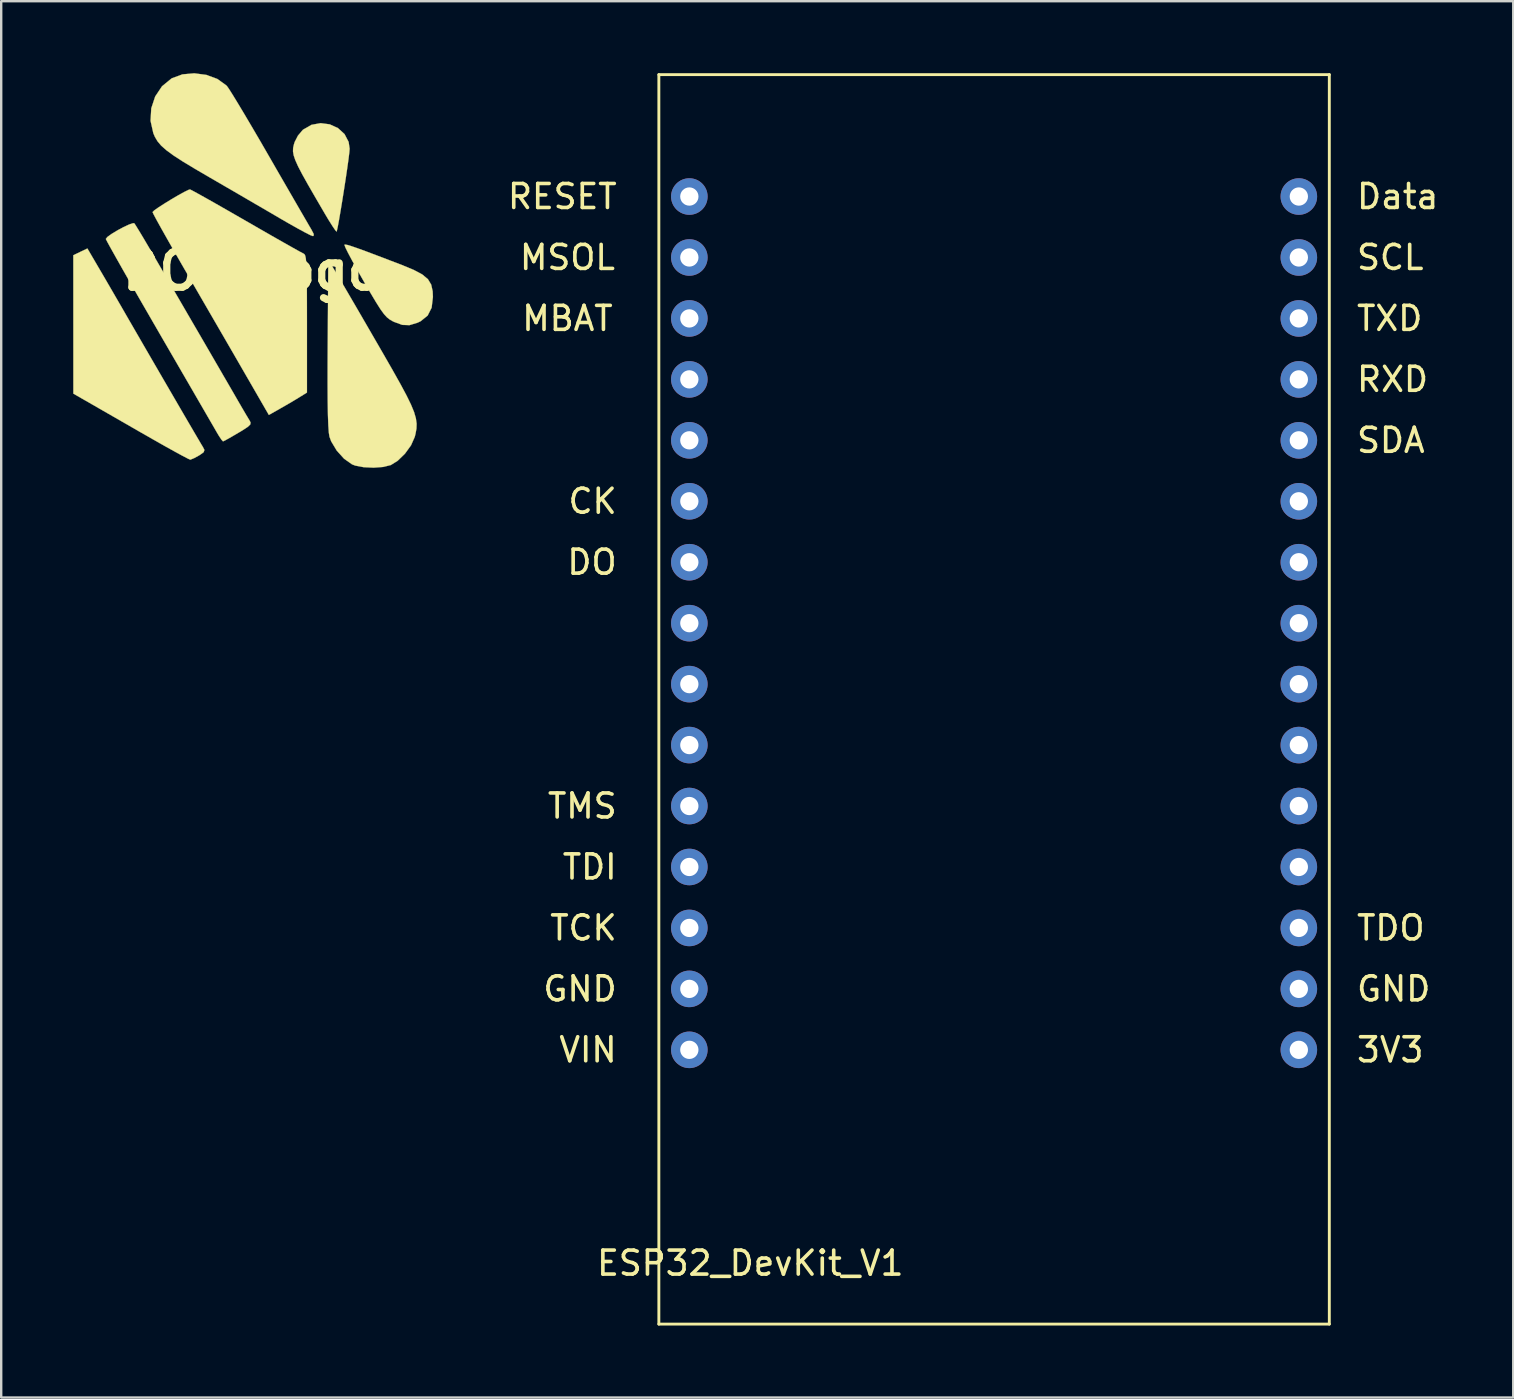
<source format=kicad_pcb>
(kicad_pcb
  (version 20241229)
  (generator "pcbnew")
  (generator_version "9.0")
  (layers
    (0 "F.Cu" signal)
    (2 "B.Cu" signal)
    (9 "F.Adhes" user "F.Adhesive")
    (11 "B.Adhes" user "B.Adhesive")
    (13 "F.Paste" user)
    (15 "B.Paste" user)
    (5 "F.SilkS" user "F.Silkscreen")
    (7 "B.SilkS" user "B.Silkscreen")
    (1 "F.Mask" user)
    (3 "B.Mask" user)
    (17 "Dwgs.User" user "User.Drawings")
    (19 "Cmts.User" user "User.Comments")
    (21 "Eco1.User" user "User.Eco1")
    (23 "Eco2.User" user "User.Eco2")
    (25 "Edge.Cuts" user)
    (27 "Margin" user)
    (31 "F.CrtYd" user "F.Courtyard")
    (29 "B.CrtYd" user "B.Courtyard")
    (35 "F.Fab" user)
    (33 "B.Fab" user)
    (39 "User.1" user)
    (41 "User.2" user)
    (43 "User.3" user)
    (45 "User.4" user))
  (footprint "BOB_logo"
    (layer "F.Cu")
    (at 7.456 8.231)
    (property "Reference" "BOB_logo" (at 0 0 0) (layer "F.SilkS") (effects (font (size 1.524 1.524) (thickness 0.3))))
    (attr through_hole)
    (fp_poly (pts (xy 3.236 -6.099) (xy 3.579 -5.942) (xy 3.852 -5.693) (xy 4.023 -5.366) (xy 4.064 -5.083) (xy 4.051 -4.927) (xy 4.017 -4.648) (xy 3.965 -4.275) (xy 3.901 -3.84) (xy 3.829 -3.374) (xy 3.755 -2.908) (xy 3.683 -2.472) (xy 3.619 -2.097) (xy 3.566 -1.814) (xy 3.53 -1.653) (xy 3.52 -1.63) (xy 3.468 -1.684) (xy 3.349 -1.858) (xy 3.184 -2.121) (xy 3.026 -2.386) (xy 2.639 -3.05) (xy 2.33 -3.585) (xy 2.092 -4.011) (xy 1.918 -4.345) (xy 1.801 -4.605) (xy 1.732 -4.808) (xy 1.704 -4.974) (xy 1.71 -5.118) (xy 1.742 -5.261) (xy 1.775 -5.366) (xy 1.911 -5.63) (xy 2.11 -5.865) (xy 2.125 -5.878) (xy 2.476 -6.08) (xy 2.857 -6.149) (xy 3.236 -6.099)) (stroke (width 0.01) (type solid)) (fill yes) (layer "F.SilkS"))
    (fp_poly (pts (xy 3.98 -1.071) (xy 4.142 -1.022) (xy 4.388 -0.937) (xy 4.735 -0.811) (xy 5.198 -0.636) (xy 5.794 -0.409) (xy 6.241 -0.238) (xy 6.738 -0.032) (xy 7.092 0.157) (xy 7.327 0.353) (xy 7.463 0.579) (xy 7.525 0.858) (xy 7.535 1.096) (xy 7.482 1.541) (xy 7.315 1.871) (xy 7.021 2.107) (xy 6.889 2.169) (xy 6.558 2.269) (xy 6.256 2.258) (xy 5.913 2.132) (xy 5.868 2.11) (xy 5.739 2.037) (xy 5.62 1.943) (xy 5.495 1.806) (xy 5.349 1.605) (xy 5.167 1.318) (xy 4.932 0.924) (xy 4.657 0.449) (xy 4.4 -0.002) (xy 4.179 -0.403) (xy 4.005 -0.73) (xy 3.89 -0.962) (xy 3.847 -1.076) (xy 3.848 -1.082) (xy 3.887 -1.089) (xy 3.98 -1.071)) (stroke (width 0.01) (type solid)) (fill yes) (layer "F.SilkS"))
    (fp_poly (pts (xy 3.651 0.342) (xy 3.816 0.622) (xy 4.05 1.023) (xy 4.338 1.517) (xy 4.663 2.077) (xy 5.011 2.678) (xy 5.366 3.292) (xy 5.453 3.442) (xy 5.858 4.148) (xy 6.183 4.728) (xy 6.436 5.2) (xy 6.622 5.581) (xy 6.75 5.892) (xy 6.825 6.15) (xy 6.856 6.374) (xy 6.849 6.582) (xy 6.811 6.794) (xy 6.778 6.926) (xy 6.624 7.275) (xy 6.37 7.626) (xy 6.065 7.922) (xy 5.781 8.099) (xy 5.465 8.178) (xy 5.066 8.208) (xy 4.654 8.189) (xy 4.3 8.122) (xy 4.166 8.071) (xy 3.833 7.836) (xy 3.526 7.496) (xy 3.296 7.113) (xy 3.224 6.918) (xy 3.197 6.747) (xy 3.176 6.45) (xy 3.16 6.02) (xy 3.15 5.448) (xy 3.146 4.729) (xy 3.147 3.853) (xy 3.151 3.051) (xy 3.175 -0.459) (xy 3.651 0.342)) (stroke (width 0.01) (type solid)) (fill yes) (layer "F.SilkS"))
    (fp_poly (pts (xy -6.407 -0.145) (xy -6.151 0.292) (xy -5.86 0.792) (xy -5.583 1.271) (xy -5.485 1.439) (xy -5.155 2.012) (xy -4.798 2.629) (xy -4.426 3.272) (xy -4.048 3.924) (xy -3.675 4.567) (xy -3.316 5.184) (xy -2.983 5.757) (xy -2.685 6.268) (xy -2.432 6.701) (xy -2.235 7.036) (xy -2.105 7.257) (xy -2.053 7.341) (xy -1.987 7.47) (xy -2.018 7.563) (xy -2.169 7.673) (xy -2.215 7.701) (xy -2.417 7.812) (xy -2.563 7.871) (xy -2.582 7.873) (xy -2.675 7.832) (xy -2.895 7.717) (xy -3.222 7.539) (xy -3.636 7.309) (xy -4.118 7.036) (xy -4.648 6.733) (xy -4.699 6.704) (xy -5.251 6.386) (xy -5.773 6.086) (xy -6.241 5.817) (xy -6.632 5.592) (xy -6.924 5.424) (xy -7.09 5.329) (xy -7.449 5.122) (xy -7.45 2.238) (xy -7.451 -0.646) (xy -7.158 -0.786) (xy -6.864 -0.926) (xy -6.407 -0.145)) (stroke (width 0.01) (type solid)) (fill yes) (layer "F.SilkS"))
    (fp_poly (pts (xy -1.907 -8.16) (xy -1.448 -7.991) (xy -1.078 -7.725) (xy -1.046 -7.692) (xy -0.964 -7.575) (xy -0.808 -7.328) (xy -0.589 -6.97) (xy -0.318 -6.518) (xy -0.006 -5.989) (xy 0.338 -5.402) (xy 0.701 -4.773) (xy 0.72 -4.741) (xy 1.084 -4.108) (xy 1.429 -3.512) (xy 1.742 -2.97) (xy 2.013 -2.501) (xy 2.232 -2.124) (xy 2.387 -1.856) (xy 2.47 -1.717) (xy 2.471 -1.714) (xy 2.568 -1.528) (xy 2.56 -1.449) (xy 2.526 -1.444) (xy 2.419 -1.486) (xy 2.192 -1.602) (xy 1.873 -1.776) (xy 1.487 -1.994) (xy 1.143 -2.193) (xy 0.66 -2.476) (xy 0.079 -2.814) (xy -0.551 -3.181) (xy -1.183 -3.548) (xy -1.768 -3.887) (xy -1.778 -3.893) (xy -2.408 -4.261) (xy -2.907 -4.563) (xy -3.291 -4.813) (xy -3.58 -5.026) (xy -3.791 -5.214) (xy -3.942 -5.393) (xy -4.05 -5.575) (xy -4.116 -5.728) (xy -4.232 -6.246) (xy -4.202 -6.769) (xy -4.039 -7.26) (xy -3.755 -7.685) (xy -3.361 -8.009) (xy -3.341 -8.02) (xy -2.903 -8.182) (xy -2.409 -8.226) (xy -1.907 -8.16)) (stroke (width 0.01) (type solid)) (fill yes) (layer "F.SilkS"))
    (fp_poly (pts (xy -2.504 -3.346) (xy -2.291 -3.23) (xy -1.968 -3.05) (xy -1.553 -2.816) (xy -1.064 -2.537) (xy -0.521 -2.225) (xy -0.265 -2.078) (xy 0.302 -1.751) (xy 0.827 -1.45) (xy 1.29 -1.187) (xy 1.672 -0.971) (xy 1.953 -0.814) (xy 2.115 -0.727) (xy 2.143 -0.714) (xy 2.182 -0.687) (xy 2.213 -0.628) (xy 2.237 -0.52) (xy 2.255 -0.346) (xy 2.269 -0.09) (xy 2.277 0.267) (xy 2.283 0.739) (xy 2.285 1.346) (xy 2.286 2.102) (xy 2.286 2.209) (xy 2.286 5.078) (xy 1.968 5.275) (xy 1.716 5.428) (xy 1.398 5.614) (xy 1.174 5.742) (xy 0.698 6.012) (xy -0.145 4.551) (xy -0.394 4.121) (xy -0.71 3.573) (xy -1.077 2.939) (xy -1.477 2.249) (xy -1.893 1.531) (xy -2.307 0.816) (xy -2.568 0.366) (xy -2.926 -0.253) (xy -3.256 -0.827) (xy -3.547 -1.34) (xy -3.792 -1.774) (xy -3.98 -2.114) (xy -4.102 -2.342) (xy -4.148 -2.441) (xy -4.149 -2.443) (xy -4.081 -2.511) (xy -3.902 -2.638) (xy -3.649 -2.801) (xy -3.359 -2.979) (xy -3.07 -3.148) (xy -2.819 -3.286) (xy -2.643 -3.371) (xy -2.589 -3.387) (xy -2.504 -3.346)) (stroke (width 0.01) (type solid)) (fill yes) (layer "F.SilkS"))
    (fp_poly (pts (xy -4.909 -1.976) (xy -4.846 -1.882) (xy -4.714 -1.667) (xy -4.528 -1.358) (xy -4.305 -0.979) (xy -4.129 -0.677) (xy -3.888 -0.263) (xy -3.583 0.263) (xy -3.234 0.864) (xy -2.861 1.506) (xy -2.486 2.152) (xy -2.186 2.667) (xy -1.849 3.247) (xy -1.521 3.813) (xy -1.216 4.339) (xy -0.949 4.799) (xy -0.737 5.165) (xy -0.595 5.412) (xy -0.591 5.419) (xy -0.409 5.732) (xy -0.247 6.008) (xy -0.132 6.199) (xy -0.11 6.233) (xy -0.063 6.327) (xy -0.076 6.409) (xy -0.174 6.504) (xy -0.38 6.64) (xy -0.584 6.762) (xy -0.862 6.925) (xy -1.08 7.047) (xy -1.202 7.109) (xy -1.213 7.112) (xy -1.275 7.045) (xy -1.388 6.875) (xy -1.461 6.752) (xy -1.543 6.61) (xy -1.701 6.337) (xy -1.927 5.947) (xy -2.21 5.458) (xy -2.543 4.883) (xy -2.917 4.238) (xy -3.322 3.539) (xy -3.75 2.801) (xy -3.882 2.573) (xy -4.307 1.837) (xy -4.706 1.146) (xy -5.07 0.512) (xy -5.391 -0.051) (xy -5.661 -0.529) (xy -5.873 -0.907) (xy -6.019 -1.171) (xy -6.09 -1.309) (xy -6.096 -1.325) (xy -6.028 -1.409) (xy -5.852 -1.536) (xy -5.613 -1.68) (xy -5.355 -1.819) (xy -5.122 -1.927) (xy -4.958 -1.981) (xy -4.909 -1.976)) (stroke (width 0.01) (type solid)) (fill yes) (layer "F.SilkS")))
  (footprint "ESP32_DevKit_V1"
    (layer "F.Cu")
    (at 25.677 5.14)
    (property "Reference" "ESP32_DevKit_V1" (at 2.54 44.45 0) (layer "F.SilkS") (effects (font (size 1 1) (thickness 0.15))))
    (attr through_hole)
    (fp_line (start -1.27 -5.08) (end -1.27 46.99) (stroke (width 0.12) (type solid)) (layer "F.SilkS"))
    (fp_line (start -1.27 46.99) (end 26.67 46.99) (stroke (width 0.12) (type solid)) (layer "F.SilkS"))
    (fp_line (start 26.67 -5.08) (end -1.27 -5.08) (stroke (width 0.12) (type solid)) (layer "F.SilkS"))
    (fp_line (start 26.67 46.99) (end 26.67 -5.08) (stroke (width 0.12) (type solid)) (layer "F.SilkS"))
    (fp_text user "RESET" (at -5.294 0 0) (layer "F.SilkS") (effects (font (size 1 1) (thickness 0.15))))
    (fp_text user "SCL" (at 29.21 2.54 0) (layer "F.SilkS") (effects (font (size 1 1) (thickness 0.15))))
    (fp_text user "TDI" (at -4.151 27.94 0) (layer "F.SilkS") (effects (font (size 1 1) (thickness 0.15))))
    (fp_text user "TMS" (at -4.461 25.4 0) (layer "F.SilkS") (effects (font (size 1 1) (thickness 0.15))))
    (fp_text user "TXD" (at 29.186 5.08 0) (layer "F.SilkS") (effects (font (size 1 1) (thickness 0.15))))
    (fp_text user "SDA" (at 29.234 10.16 0) (layer "F.SilkS") (effects (font (size 1 1) (thickness 0.15))))
    (fp_text user "TDO" (at 29.234 30.48 0) (layer "F.SilkS") (effects (font (size 1 1) (thickness 0.15))))
    (fp_text user "3V3" (at 29.21 35.56 0) (layer "F.SilkS") (effects (font (size 1 1) (thickness 0.15))))
    (fp_text user "DO" (at -4.056 15.24 0) (layer "F.SilkS") (effects (font (size 1 1) (thickness 0.15))))
    (fp_text user "GND" (at 29.353 33.02 0) (layer "F.SilkS") (effects (font (size 1 1) (thickness 0.15))))
    (fp_text user "RXD" (at 29.305 7.62 0) (layer "F.SilkS") (effects (font (size 1 1) (thickness 0.15))))
    (fp_text user "TCK" (at -4.413 30.48 0) (layer "F.SilkS") (effects (font (size 1 1) (thickness 0.15))))
    (fp_text user "CK" (at -4.032 12.7 0) (layer "F.SilkS") (effects (font (size 1 1) (thickness 0.15))))
    (fp_text user "GND" (at -4.556 33.02 0) (layer "F.SilkS") (effects (font (size 1 1) (thickness 0.15))))
    (fp_text user "MBAT" (at -5.08 5.08 180) (layer "F.SilkS") (effects (font (size 1 1) (thickness 0.15))))
    (fp_text user "VIN" (at -4.223 35.56 0) (layer "F.SilkS") (effects (font (size 1 1) (thickness 0.15))))
    (fp_text user "MSOL" (at -5.08 2.54 180) (layer "F.SilkS") (effects (font (size 1 1) (thickness 0.15))))
    (fp_text user "Data" (at 29.52 0 0) (layer "F.SilkS") (effects (font (size 1 1) (thickness 0.15))))
    (pad "1" thru_hole circle (at 0 0) (size 1.524 1.524) (drill 0.762) (layers "*.Cu" "*.Mask"))
    (pad "2" thru_hole circle (at 0 2.54) (size 1.524 1.524) (drill 0.762) (layers "*.Cu" "*.Mask"))
    (pad "3" thru_hole circle (at 0 5.08) (size 1.524 1.524) (drill 0.762) (layers "*.Cu" "*.Mask"))
    (pad "4" thru_hole circle (at 0 7.62) (size 1.524 1.524) (drill 0.762) (layers "*.Cu" "*.Mask"))
    (pad "5" thru_hole circle (at 0 10.16) (size 1.524 1.524) (drill 0.762) (layers "*.Cu" "*.Mask"))
    (pad "6" thru_hole circle (at 0 12.7) (size 1.524 1.524) (drill 0.762) (layers "*.Cu" "*.Mask"))
    (pad "7" thru_hole circle (at 0 15.24) (size 1.524 1.524) (drill 0.762) (layers "*.Cu" "*.Mask"))
    (pad "8" thru_hole circle (at 0 17.78) (size 1.524 1.524) (drill 0.762) (layers "*.Cu" "*.Mask"))
    (pad "9" thru_hole circle (at 0 20.32) (size 1.524 1.524) (drill 0.762) (layers "*.Cu" "*.Mask"))
    (pad "10" thru_hole circle (at 0 22.86) (size 1.524 1.524) (drill 0.762) (layers "*.Cu" "*.Mask"))
    (pad "11" thru_hole circle (at 0 25.4) (size 1.524 1.524) (drill 0.762) (layers "*.Cu" "*.Mask"))
    (pad "12" thru_hole circle (at 0 27.94) (size 1.524 1.524) (drill 0.762) (layers "*.Cu" "*.Mask"))
    (pad "13" thru_hole circle (at 0 30.48) (size 1.524 1.524) (drill 0.762) (layers "*.Cu" "*.Mask"))
    (pad "14" thru_hole circle (at 0 33.02) (size 1.524 1.524) (drill 0.762) (layers "*.Cu" "*.Mask"))
    (pad "15" thru_hole circle (at 0 35.56) (size 1.524 1.524) (drill 0.762) (layers "*.Cu" "*.Mask"))
    (pad "16" thru_hole circle (at 25.4 35.56) (size 1.524 1.524) (drill 0.762) (layers "*.Cu" "*.Mask"))
    (pad "17" thru_hole circle (at 25.4 33.02) (size 1.524 1.524) (drill 0.762) (layers "*.Cu" "*.Mask"))
    (pad "18" thru_hole circle (at 25.4 30.48) (size 1.524 1.524) (drill 0.762) (layers "*.Cu" "*.Mask"))
    (pad "19" thru_hole circle (at 25.4 27.94) (size 1.524 1.524) (drill 0.762) (layers "*.Cu" "*.Mask"))
    (pad "20" thru_hole circle (at 25.4 25.4) (size 1.524 1.524) (drill 0.762) (layers "*.Cu" "*.Mask"))
    (pad "21" thru_hole circle (at 25.4 22.86) (size 1.524 1.524) (drill 0.762) (layers "*.Cu" "*.Mask"))
    (pad "22" thru_hole circle (at 25.4 20.32) (size 1.524 1.524) (drill 0.762) (layers "*.Cu" "*.Mask"))
    (pad "23" thru_hole circle (at 25.4 17.78) (size 1.524 1.524) (drill 0.762) (layers "*.Cu" "*.Mask"))
    (pad "24" thru_hole circle (at 25.4 15.24) (size 1.524 1.524) (drill 0.762) (layers "*.Cu" "*.Mask"))
    (pad "25" thru_hole circle (at 25.4 12.7) (size 1.524 1.524) (drill 0.762) (layers "*.Cu" "*.Mask"))
    (pad "26" thru_hole circle (at 25.4 10.16) (size 1.524 1.524) (drill 0.762) (layers "*.Cu" "*.Mask"))
    (pad "27" thru_hole circle (at 25.4 7.62) (size 1.524 1.524) (drill 0.762) (layers "*.Cu" "*.Mask"))
    (pad "28" thru_hole circle (at 25.4 5.08) (size 1.524 1.524) (drill 0.762) (layers "*.Cu" "*.Mask"))
    (pad "29" thru_hole circle (at 25.4 2.54) (size 1.524 1.524) (drill 0.762) (layers "*.Cu" "*.Mask"))
    (pad "30" thru_hole circle (at 25.4 0) (size 1.524 1.524) (drill 0.762) (layers "*.Cu" "*.Mask")))
  (gr_rect
    (start -3 -3)
    (end 60.012 55.19)
    (stroke (width 0.1) (type default))
    (fill no)
    (layer "Edge.Cuts")))
</source>
